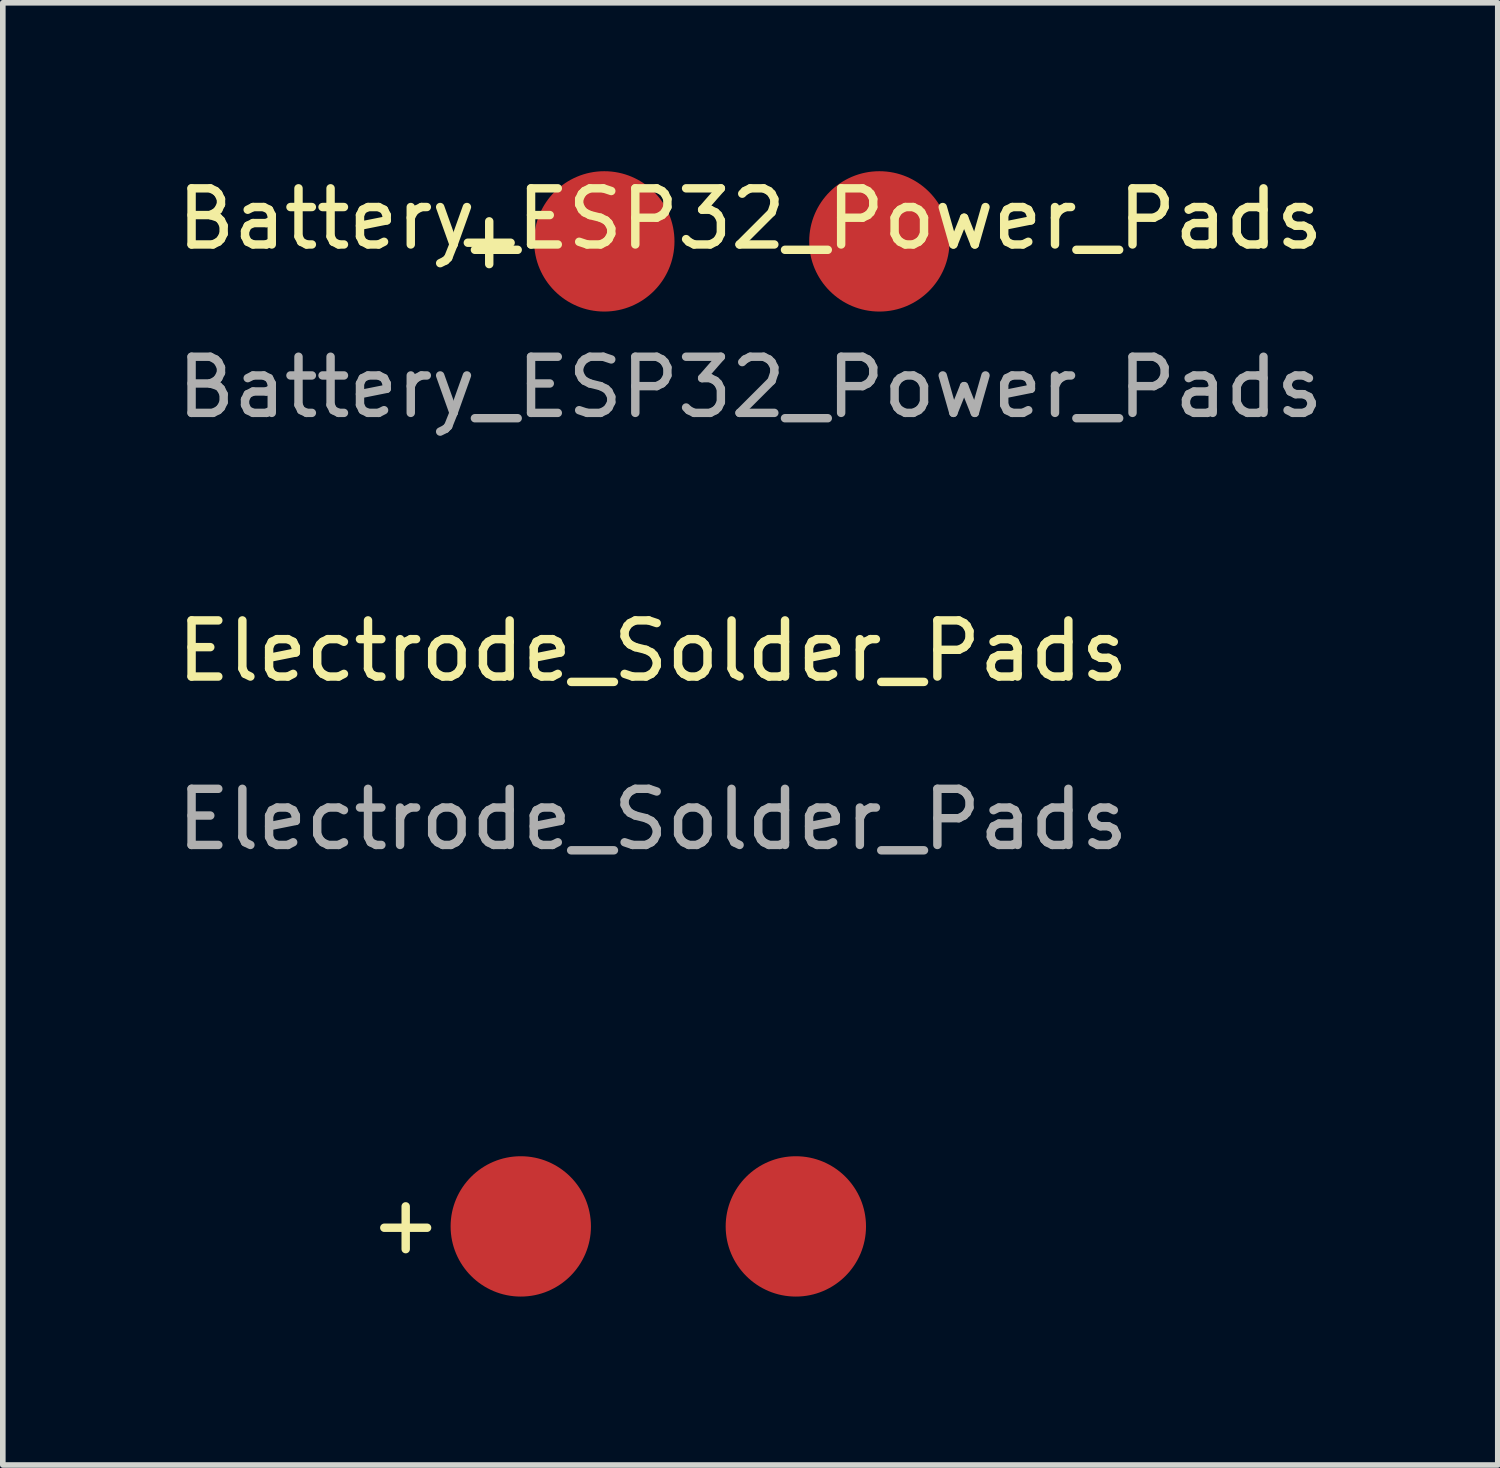
<source format=kicad_pcb>
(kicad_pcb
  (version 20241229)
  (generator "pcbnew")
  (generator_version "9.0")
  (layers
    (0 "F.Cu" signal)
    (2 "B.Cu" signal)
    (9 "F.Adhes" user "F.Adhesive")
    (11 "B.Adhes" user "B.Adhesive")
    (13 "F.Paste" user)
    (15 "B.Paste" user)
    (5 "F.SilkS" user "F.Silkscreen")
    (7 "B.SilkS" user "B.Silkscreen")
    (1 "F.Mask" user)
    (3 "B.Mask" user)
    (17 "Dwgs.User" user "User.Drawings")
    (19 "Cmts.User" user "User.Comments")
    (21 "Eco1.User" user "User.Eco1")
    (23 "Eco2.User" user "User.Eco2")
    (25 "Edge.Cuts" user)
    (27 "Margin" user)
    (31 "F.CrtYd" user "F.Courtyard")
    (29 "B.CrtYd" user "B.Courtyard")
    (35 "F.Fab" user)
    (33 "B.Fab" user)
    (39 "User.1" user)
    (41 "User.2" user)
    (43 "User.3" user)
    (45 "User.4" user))
  (footprint "Electrode_Solder_Pads"
    (layer "F.Cu")
    (at 8.677 18.797)
    (property "Reference" "Electrode_Solder_Pads" (at -0.1 -10.25 0) (unlocked yes) (layer "F.SilkS") (effects (font (size 1 1) (thickness 0.15))))
    (attr smd)
    (fp_text user "+" (at -4.5 -0.05 0) (unlocked yes) (layer "F.SilkS") (effects (font (size 1 1) (thickness 0.15))))
    (fp_text user "${REFERENCE}" (at -0.1 -7.25 0) (unlocked yes) (layer "F.Fab") (effects (font (size 1 1) (thickness 0.15))))
    (pad "1" smd circle (at -2.45 0) (size 2.5 2.5) (layers "F.Cu" "F.Mask"))
    (pad "2" smd circle (at 2.45 0) (size 2.5 2.5) (layers "F.Cu" "F.Mask")))
  (footprint "Battery_ESP32_Power_Pads"
    (layer "F.Cu")
    (at 10.315 1.35)
    (property "Reference" "Battery_ESP32_Power_Pads" (at 0 -0.5 0) (unlocked yes) (layer "F.SilkS") (effects (font (size 1 1) (thickness 0.15))))
    (attr smd)
    (fp_text user "+" (at -4.65 -0.15 0) (unlocked yes) (layer "F.SilkS") (effects (font (size 1 1) (thickness 0.15))))
    (fp_text user "${REFERENCE}" (at 0 2.5 0) (unlocked yes) (layer "F.Fab") (effects (font (size 1 1) (thickness 0.15))))
    (pad "1" smd circle (at -2.6 -0.1) (size 2.5 2.5) (layers "F.Cu" "F.Mask" "F.Paste"))
    (pad "2" smd circle (at 2.3 -0.1) (size 2.5 2.5) (layers "F.Cu" "F.Mask" "F.Paste")))
  (gr_rect
    (start -3 -3)
    (end 23.631 23.047)
    (stroke (width 0.1) (type default))
    (fill no)
    (layer "Edge.Cuts")))
</source>
